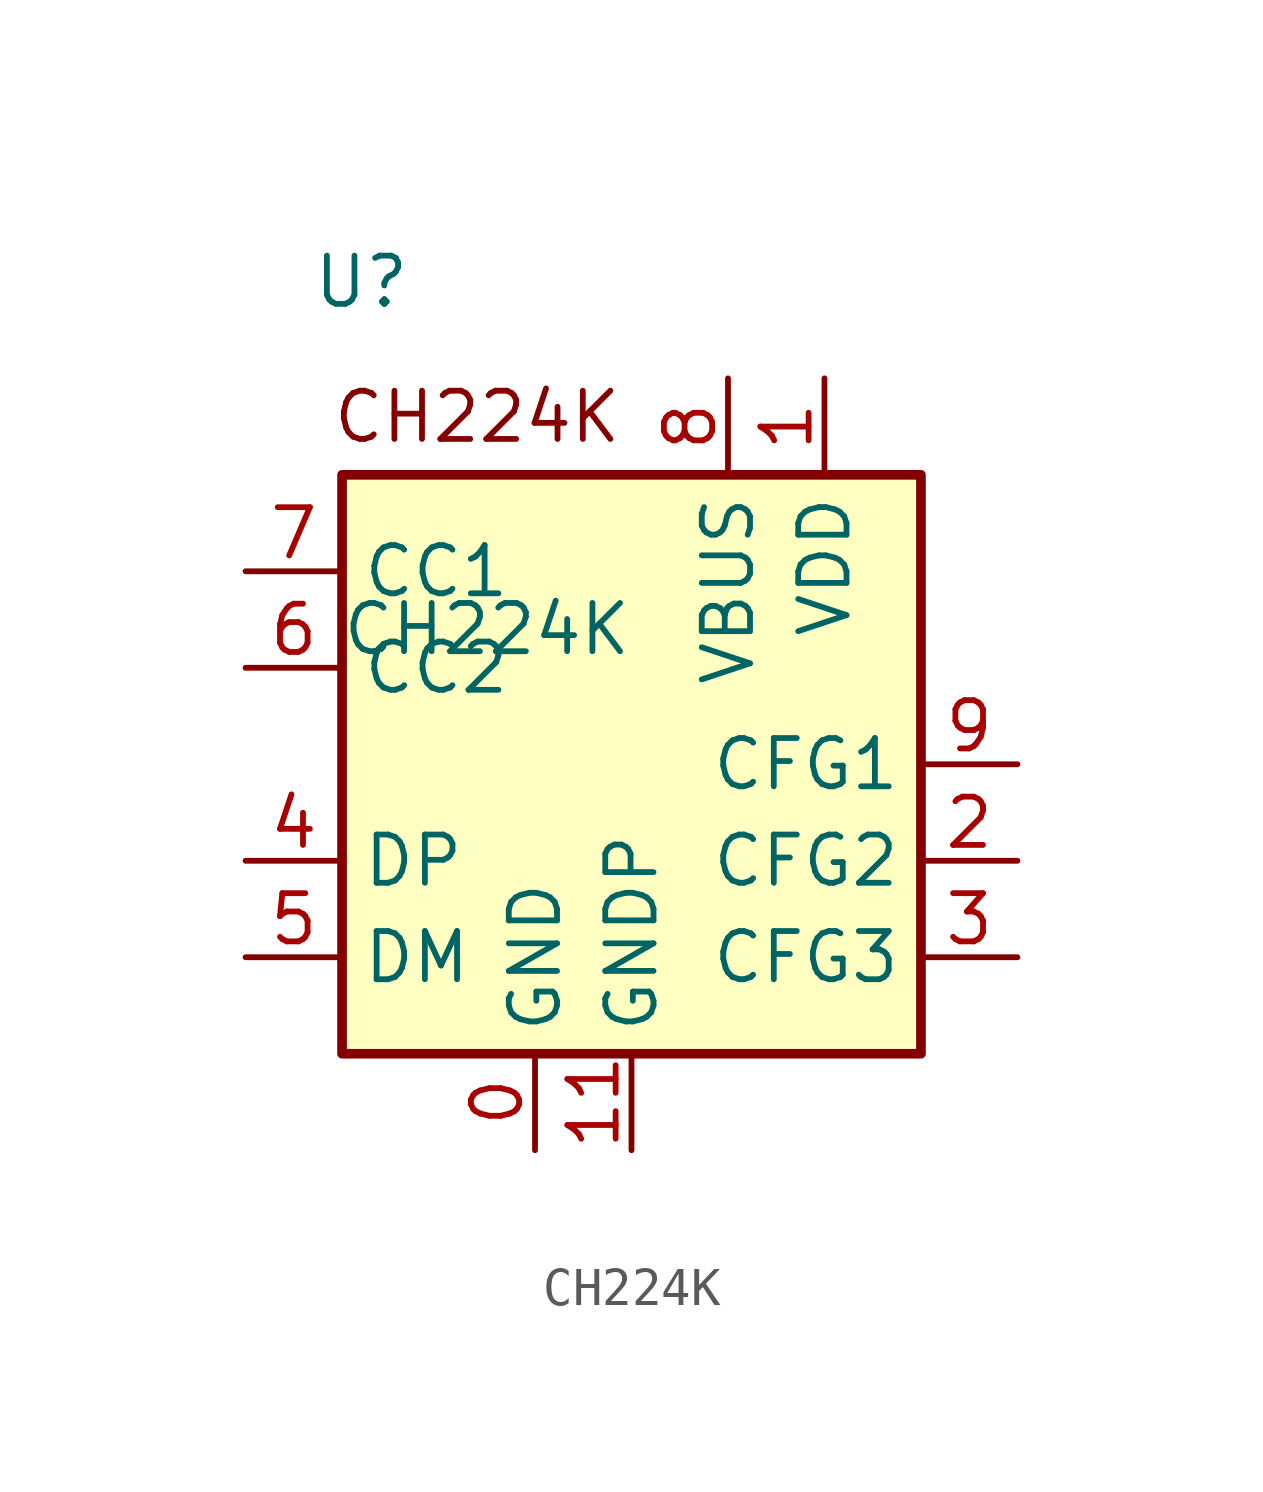
<source format=kicad_sym>
(kicad_symbol_lib
  (version 20231120)
  (generator "kicad_symbol_editor")
  (generator_version "8.0")
  (symbol "CH224K"
    (property "Reference" "U"
      (at 0.508 2.54 0)
      (effects (font (size 1.27 1.27))))
    (property "Value" "CH224K"
      (at 3.81 -6.604 0)
      (effects (font (size 1.27 1.27))))
    (symbol "CH224K_1_1"
      (rectangle (start 0 -2.54) (end 15.24 -17.78) (stroke (width 0.254) (type default)) (fill (type background)))
      (text "CH224K\n" (at 3.556 -1.016 0) (effects (font (size 1.27 1.27))))
      (pin power_out line (at 5.08 -20.32 90) (length 2.54) (name "GND" (effects (font (size 1.27 1.27)))) (number "0" (effects (font (size 1.27 1.27)))))
      (pin power_out line (at 12.7 0 270) (length 2.54) (name "VDD" (effects (font (size 1.27 1.27)))) (number "1" (effects (font (size 1.27 1.27)))))
      (pin power_out line (at 7.62 -20.32 90) (length 2.54) (name "GNDP" (effects (font (size 1.27 1.27)))) (number "11" (effects (font (size 1.27 1.27)))))
      (pin input line (at 17.78 -12.7 180) (length 2.54) (name "CFG2" (effects (font (size 1.27 1.27)))) (number "2" (effects (font (size 1.27 1.27)))))
      (pin input line (at 17.78 -15.24 180) (length 2.54) (name "CFG3" (effects (font (size 1.27 1.27)))) (number "3" (effects (font (size 1.27 1.27)))))
      (pin input line (at -2.54 -12.7 0) (length 2.54) (name "DP" (effects (font (size 1.27 1.27)))) (number "4" (effects (font (size 1.27 1.27)))))
      (pin input line (at -2.54 -15.24 0) (length 2.54) (name "DM" (effects (font (size 1.27 1.27)))) (number "5" (effects (font (size 1.27 1.27)))))
      (pin input line (at -2.54 -7.62 0) (length 2.54) (name "CC2" (effects (font (size 1.27 1.27)))) (number "6" (effects (font (size 1.27 1.27)))))
      (pin input line (at -2.54 -5.08 0) (length 2.54) (name "CC1" (effects (font (size 1.27 1.27)))) (number "7" (effects (font (size 1.27 1.27)))))
      (pin power_out line (at 10.16 0 270) (length 2.54) (name "VBUS" (effects (font (size 1.27 1.27)))) (number "8" (effects (font (size 1.27 1.27)))))
      (pin input line (at 17.78 -10.16 180) (length 2.54) (name "CFG1" (effects (font (size 1.27 1.27)))) (number "9" (effects (font (size 1.27 1.27))))))))
</source>
